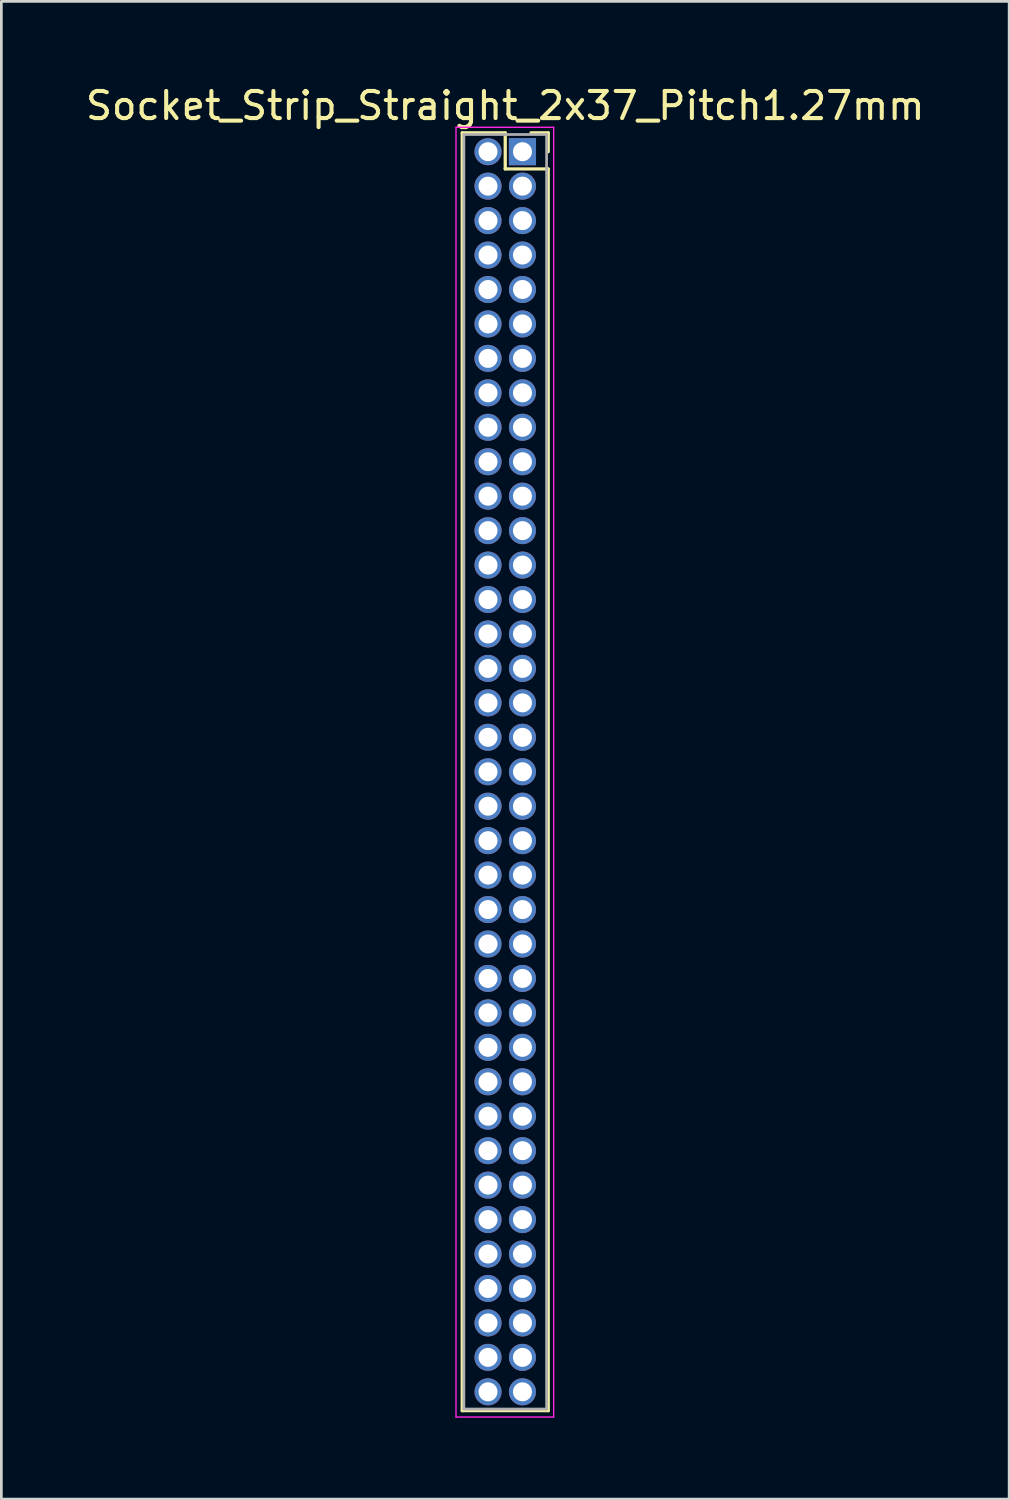
<source format=kicad_pcb>
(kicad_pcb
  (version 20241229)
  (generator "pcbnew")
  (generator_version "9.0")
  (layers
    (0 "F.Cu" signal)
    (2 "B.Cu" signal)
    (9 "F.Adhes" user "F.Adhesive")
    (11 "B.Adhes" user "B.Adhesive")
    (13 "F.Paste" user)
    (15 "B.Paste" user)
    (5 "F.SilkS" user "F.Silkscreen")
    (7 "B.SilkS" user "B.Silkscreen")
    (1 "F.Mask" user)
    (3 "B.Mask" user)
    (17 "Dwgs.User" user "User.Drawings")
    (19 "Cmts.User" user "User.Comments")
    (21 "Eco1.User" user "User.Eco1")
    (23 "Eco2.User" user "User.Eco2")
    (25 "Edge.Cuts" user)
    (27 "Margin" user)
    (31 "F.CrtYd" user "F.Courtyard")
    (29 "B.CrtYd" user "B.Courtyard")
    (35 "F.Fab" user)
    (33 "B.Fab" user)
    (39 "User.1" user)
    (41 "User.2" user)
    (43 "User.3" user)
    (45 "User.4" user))
  (footprint "Socket_Strip_Straight_2x37_Pitch1.27mm"
    (layer "F.Cu")
    (at 16.212 2.543)
    (property "Reference" "Socket_Strip_Straight_2x37_Pitch1.27mm" (at -0.635 -1.695 0) (layer "F.SilkS") (effects (font (size 1 1) (thickness 0.15))))
    (attr through_hole)
    (fp_line (start -2.22 -0.695) (end -0.635 -0.695) (stroke (width 0.12) (type solid)) (layer "F.SilkS"))
    (fp_line (start -2.22 46.415) (end -2.22 -0.695) (stroke (width 0.12) (type solid)) (layer "F.SilkS"))
    (fp_line (start -0.635 -0.695) (end -0.635 0.635) (stroke (width 0.12) (type solid)) (layer "F.SilkS"))
    (fp_line (start -0.635 0.635) (end 0.95 0.635) (stroke (width 0.12) (type solid)) (layer "F.SilkS"))
    (fp_line (start 0.95 -0.695) (end 0.315 -0.695) (stroke (width 0.12) (type solid)) (layer "F.SilkS"))
    (fp_line (start 0.95 0) (end 0.95 -0.695) (stroke (width 0.12) (type solid)) (layer "F.SilkS"))
    (fp_line (start 0.95 0.635) (end 0.95 46.415) (stroke (width 0.12) (type solid)) (layer "F.SilkS"))
    (fp_line (start 0.95 46.415) (end -2.22 46.415) (stroke (width 0.12) (type solid)) (layer "F.SilkS"))
    (fp_line (start -2.45 -0.9) (end -2.45 46.65) (stroke (width 0.05) (type solid)) (layer "F.CrtYd"))
    (fp_line (start -2.45 46.65) (end 1.15 46.65) (stroke (width 0.05) (type solid)) (layer "F.CrtYd"))
    (fp_line (start 1.15 -0.9) (end -2.45 -0.9) (stroke (width 0.05) (type solid)) (layer "F.CrtYd"))
    (fp_line (start 1.15 46.65) (end 1.15 -0.9) (stroke (width 0.05) (type solid)) (layer "F.CrtYd"))
    (fp_line (start -2.16 -0.635) (end -2.16 46.355) (stroke (width 0.1) (type solid)) (layer "F.Fab"))
    (fp_line (start -2.16 46.355) (end 0.89 46.355) (stroke (width 0.1) (type solid)) (layer "F.Fab"))
    (fp_line (start 0.89 -0.635) (end -2.16 -0.635) (stroke (width 0.1) (type solid)) (layer "F.Fab"))
    (fp_line (start 0.89 46.355) (end 0.89 -0.635) (stroke (width 0.1) (type solid)) (layer "F.Fab"))
    (pad "1" thru_hole rect (at 0 0) (size 1 1) (drill 0.7) (layers "*.Cu" "*.Mask"))
    (pad "2" thru_hole oval (at -1.27 0) (size 1 1) (drill 0.7) (layers "*.Cu" "*.Mask"))
    (pad "3" thru_hole oval (at 0 1.27) (size 1 1) (drill 0.7) (layers "*.Cu" "*.Mask"))
    (pad "4" thru_hole oval (at -1.27 1.27) (size 1 1) (drill 0.7) (layers "*.Cu" "*.Mask"))
    (pad "5" thru_hole oval (at 0 2.54) (size 1 1) (drill 0.7) (layers "*.Cu" "*.Mask"))
    (pad "6" thru_hole oval (at -1.27 2.54) (size 1 1) (drill 0.7) (layers "*.Cu" "*.Mask"))
    (pad "7" thru_hole oval (at 0 3.81) (size 1 1) (drill 0.7) (layers "*.Cu" "*.Mask"))
    (pad "8" thru_hole oval (at -1.27 3.81) (size 1 1) (drill 0.7) (layers "*.Cu" "*.Mask"))
    (pad "9" thru_hole oval (at 0 5.08) (size 1 1) (drill 0.7) (layers "*.Cu" "*.Mask"))
    (pad "10" thru_hole oval (at -1.27 5.08) (size 1 1) (drill 0.7) (layers "*.Cu" "*.Mask"))
    (pad "11" thru_hole oval (at 0 6.35) (size 1 1) (drill 0.7) (layers "*.Cu" "*.Mask"))
    (pad "12" thru_hole oval (at -1.27 6.35) (size 1 1) (drill 0.7) (layers "*.Cu" "*.Mask"))
    (pad "13" thru_hole oval (at 0 7.62) (size 1 1) (drill 0.7) (layers "*.Cu" "*.Mask"))
    (pad "14" thru_hole oval (at -1.27 7.62) (size 1 1) (drill 0.7) (layers "*.Cu" "*.Mask"))
    (pad "15" thru_hole oval (at 0 8.89) (size 1 1) (drill 0.7) (layers "*.Cu" "*.Mask"))
    (pad "16" thru_hole oval (at -1.27 8.89) (size 1 1) (drill 0.7) (layers "*.Cu" "*.Mask"))
    (pad "17" thru_hole oval (at 0 10.16) (size 1 1) (drill 0.7) (layers "*.Cu" "*.Mask"))
    (pad "18" thru_hole oval (at -1.27 10.16) (size 1 1) (drill 0.7) (layers "*.Cu" "*.Mask"))
    (pad "19" thru_hole oval (at 0 11.43) (size 1 1) (drill 0.7) (layers "*.Cu" "*.Mask"))
    (pad "20" thru_hole oval (at -1.27 11.43) (size 1 1) (drill 0.7) (layers "*.Cu" "*.Mask"))
    (pad "21" thru_hole oval (at 0 12.7) (size 1 1) (drill 0.7) (layers "*.Cu" "*.Mask"))
    (pad "22" thru_hole oval (at -1.27 12.7) (size 1 1) (drill 0.7) (layers "*.Cu" "*.Mask"))
    (pad "23" thru_hole oval (at 0 13.97) (size 1 1) (drill 0.7) (layers "*.Cu" "*.Mask"))
    (pad "24" thru_hole oval (at -1.27 13.97) (size 1 1) (drill 0.7) (layers "*.Cu" "*.Mask"))
    (pad "25" thru_hole oval (at 0 15.24) (size 1 1) (drill 0.7) (layers "*.Cu" "*.Mask"))
    (pad "26" thru_hole oval (at -1.27 15.24) (size 1 1) (drill 0.7) (layers "*.Cu" "*.Mask"))
    (pad "27" thru_hole oval (at 0 16.51) (size 1 1) (drill 0.7) (layers "*.Cu" "*.Mask"))
    (pad "28" thru_hole oval (at -1.27 16.51) (size 1 1) (drill 0.7) (layers "*.Cu" "*.Mask"))
    (pad "29" thru_hole oval (at 0 17.78) (size 1 1) (drill 0.7) (layers "*.Cu" "*.Mask"))
    (pad "30" thru_hole oval (at -1.27 17.78) (size 1 1) (drill 0.7) (layers "*.Cu" "*.Mask"))
    (pad "31" thru_hole oval (at 0 19.05) (size 1 1) (drill 0.7) (layers "*.Cu" "*.Mask"))
    (pad "32" thru_hole oval (at -1.27 19.05) (size 1 1) (drill 0.7) (layers "*.Cu" "*.Mask"))
    (pad "33" thru_hole oval (at 0 20.32) (size 1 1) (drill 0.7) (layers "*.Cu" "*.Mask"))
    (pad "34" thru_hole oval (at -1.27 20.32) (size 1 1) (drill 0.7) (layers "*.Cu" "*.Mask"))
    (pad "35" thru_hole oval (at 0 21.59) (size 1 1) (drill 0.7) (layers "*.Cu" "*.Mask"))
    (pad "36" thru_hole oval (at -1.27 21.59) (size 1 1) (drill 0.7) (layers "*.Cu" "*.Mask"))
    (pad "37" thru_hole oval (at 0 22.86) (size 1 1) (drill 0.7) (layers "*.Cu" "*.Mask"))
    (pad "38" thru_hole oval (at -1.27 22.86) (size 1 1) (drill 0.7) (layers "*.Cu" "*.Mask"))
    (pad "39" thru_hole oval (at 0 24.13) (size 1 1) (drill 0.7) (layers "*.Cu" "*.Mask"))
    (pad "40" thru_hole oval (at -1.27 24.13) (size 1 1) (drill 0.7) (layers "*.Cu" "*.Mask"))
    (pad "41" thru_hole oval (at 0 25.4) (size 1 1) (drill 0.7) (layers "*.Cu" "*.Mask"))
    (pad "42" thru_hole oval (at -1.27 25.4) (size 1 1) (drill 0.7) (layers "*.Cu" "*.Mask"))
    (pad "43" thru_hole oval (at 0 26.67) (size 1 1) (drill 0.7) (layers "*.Cu" "*.Mask"))
    (pad "44" thru_hole oval (at -1.27 26.67) (size 1 1) (drill 0.7) (layers "*.Cu" "*.Mask"))
    (pad "45" thru_hole oval (at 0 27.94) (size 1 1) (drill 0.7) (layers "*.Cu" "*.Mask"))
    (pad "46" thru_hole oval (at -1.27 27.94) (size 1 1) (drill 0.7) (layers "*.Cu" "*.Mask"))
    (pad "47" thru_hole oval (at 0 29.21) (size 1 1) (drill 0.7) (layers "*.Cu" "*.Mask"))
    (pad "48" thru_hole oval (at -1.27 29.21) (size 1 1) (drill 0.7) (layers "*.Cu" "*.Mask"))
    (pad "49" thru_hole oval (at 0 30.48) (size 1 1) (drill 0.7) (layers "*.Cu" "*.Mask"))
    (pad "50" thru_hole oval (at -1.27 30.48) (size 1 1) (drill 0.7) (layers "*.Cu" "*.Mask"))
    (pad "51" thru_hole oval (at 0 31.75) (size 1 1) (drill 0.7) (layers "*.Cu" "*.Mask"))
    (pad "52" thru_hole oval (at -1.27 31.75) (size 1 1) (drill 0.7) (layers "*.Cu" "*.Mask"))
    (pad "53" thru_hole oval (at 0 33.02) (size 1 1) (drill 0.7) (layers "*.Cu" "*.Mask"))
    (pad "54" thru_hole oval (at -1.27 33.02) (size 1 1) (drill 0.7) (layers "*.Cu" "*.Mask"))
    (pad "55" thru_hole oval (at 0 34.29) (size 1 1) (drill 0.7) (layers "*.Cu" "*.Mask"))
    (pad "56" thru_hole oval (at -1.27 34.29) (size 1 1) (drill 0.7) (layers "*.Cu" "*.Mask"))
    (pad "57" thru_hole oval (at 0 35.56) (size 1 1) (drill 0.7) (layers "*.Cu" "*.Mask"))
    (pad "58" thru_hole oval (at -1.27 35.56) (size 1 1) (drill 0.7) (layers "*.Cu" "*.Mask"))
    (pad "59" thru_hole oval (at 0 36.83) (size 1 1) (drill 0.7) (layers "*.Cu" "*.Mask"))
    (pad "60" thru_hole oval (at -1.27 36.83) (size 1 1) (drill 0.7) (layers "*.Cu" "*.Mask"))
    (pad "61" thru_hole oval (at 0 38.1) (size 1 1) (drill 0.7) (layers "*.Cu" "*.Mask"))
    (pad "62" thru_hole oval (at -1.27 38.1) (size 1 1) (drill 0.7) (layers "*.Cu" "*.Mask"))
    (pad "63" thru_hole oval (at 0 39.37) (size 1 1) (drill 0.7) (layers "*.Cu" "*.Mask"))
    (pad "64" thru_hole oval (at -1.27 39.37) (size 1 1) (drill 0.7) (layers "*.Cu" "*.Mask"))
    (pad "65" thru_hole oval (at 0 40.64) (size 1 1) (drill 0.7) (layers "*.Cu" "*.Mask"))
    (pad "66" thru_hole oval (at -1.27 40.64) (size 1 1) (drill 0.7) (layers "*.Cu" "*.Mask"))
    (pad "67" thru_hole oval (at 0 41.91) (size 1 1) (drill 0.7) (layers "*.Cu" "*.Mask"))
    (pad "68" thru_hole oval (at -1.27 41.91) (size 1 1) (drill 0.7) (layers "*.Cu" "*.Mask"))
    (pad "69" thru_hole oval (at 0 43.18) (size 1 1) (drill 0.7) (layers "*.Cu" "*.Mask"))
    (pad "70" thru_hole oval (at -1.27 43.18) (size 1 1) (drill 0.7) (layers "*.Cu" "*.Mask"))
    (pad "71" thru_hole oval (at 0 44.45) (size 1 1) (drill 0.7) (layers "*.Cu" "*.Mask"))
    (pad "72" thru_hole oval (at -1.27 44.45) (size 1 1) (drill 0.7) (layers "*.Cu" "*.Mask"))
    (pad "73" thru_hole oval (at 0 45.72) (size 1 1) (drill 0.7) (layers "*.Cu" "*.Mask"))
    (pad "74" thru_hole oval (at -1.27 45.72) (size 1 1) (drill 0.7) (layers "*.Cu" "*.Mask")))
  (gr_rect
    (start -3 -3)
    (end 34.155 52.218)
    (stroke (width 0.1) (type default))
    (fill no)
    (layer "Edge.Cuts")))
</source>
